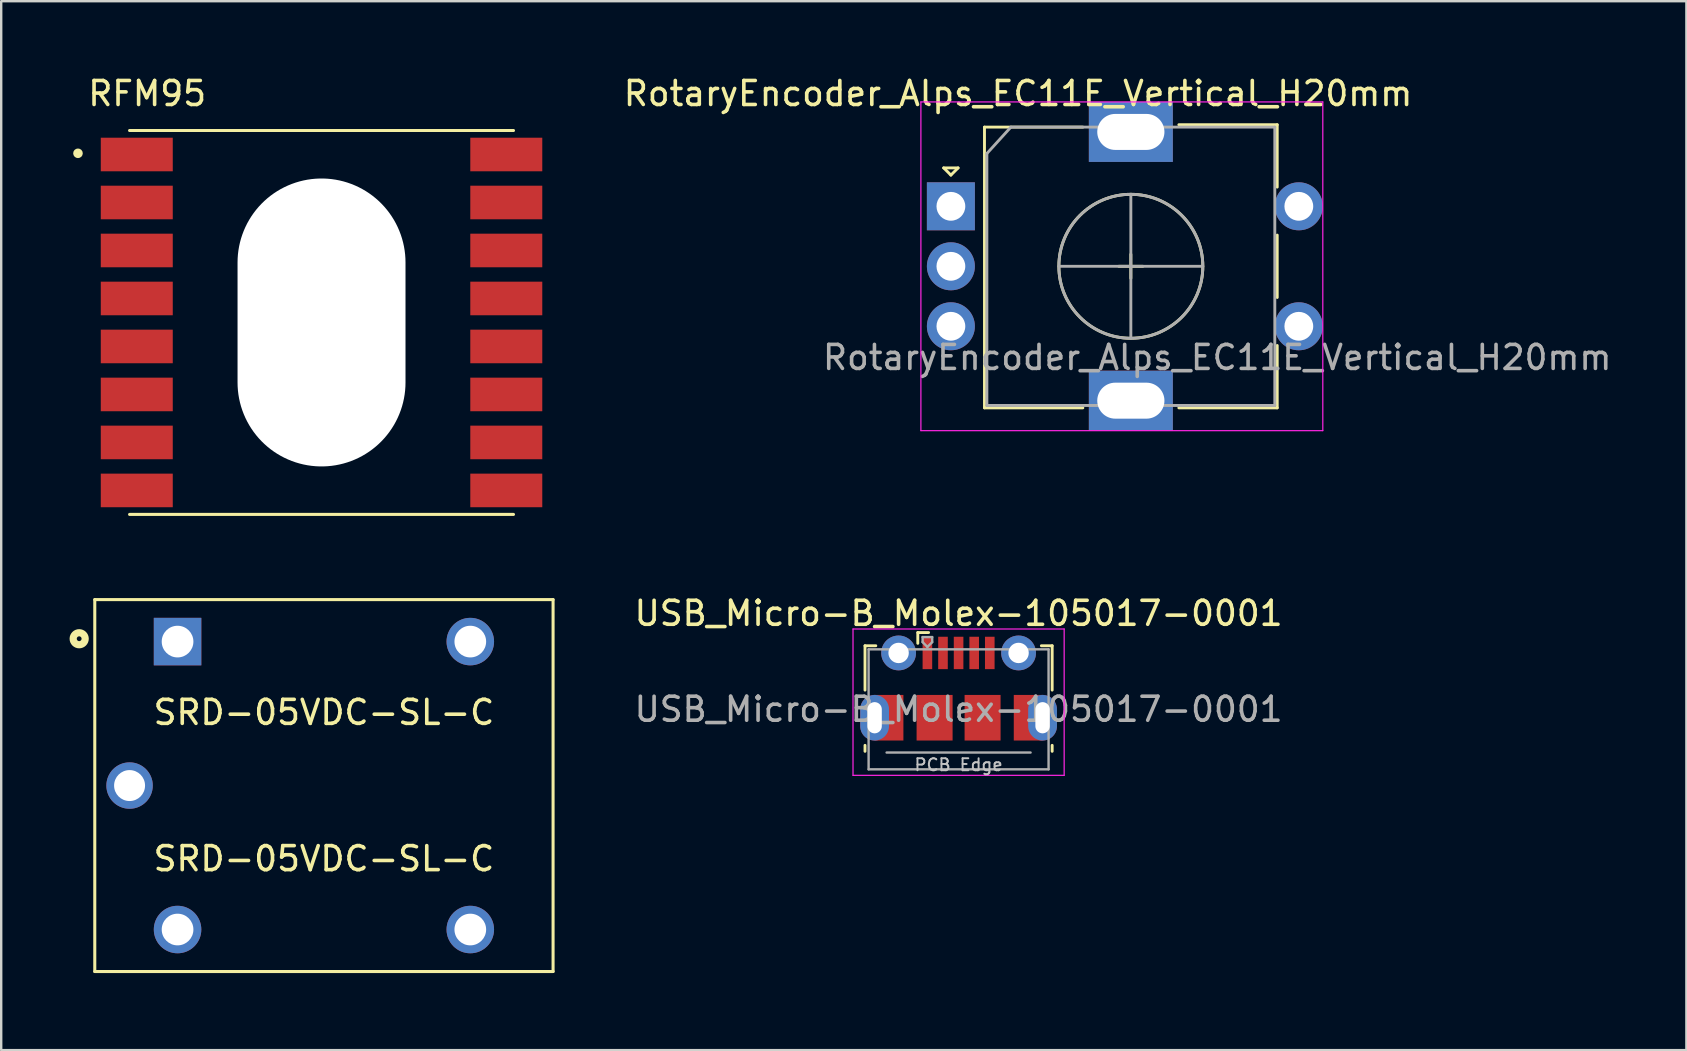
<source format=kicad_pcb>
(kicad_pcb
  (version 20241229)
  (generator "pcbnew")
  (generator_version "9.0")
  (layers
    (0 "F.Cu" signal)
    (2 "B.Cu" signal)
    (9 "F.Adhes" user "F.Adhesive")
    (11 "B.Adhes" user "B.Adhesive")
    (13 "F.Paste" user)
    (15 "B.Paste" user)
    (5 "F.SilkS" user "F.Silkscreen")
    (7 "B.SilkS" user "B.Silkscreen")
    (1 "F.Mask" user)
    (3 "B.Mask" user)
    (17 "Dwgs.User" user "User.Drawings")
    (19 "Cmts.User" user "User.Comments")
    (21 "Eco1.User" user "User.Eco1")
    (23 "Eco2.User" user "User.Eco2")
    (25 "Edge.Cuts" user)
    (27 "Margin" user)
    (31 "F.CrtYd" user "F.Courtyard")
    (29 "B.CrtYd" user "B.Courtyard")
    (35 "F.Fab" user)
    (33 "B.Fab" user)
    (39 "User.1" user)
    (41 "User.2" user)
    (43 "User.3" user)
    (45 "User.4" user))
  (footprint "SRD-05VDC-SL-C"
    (layer "F.Cu")
    (at 10.45 29.689)
    (property "Reference" "SRD-05VDC-SL-C" (at 0 -3.048 0) (layer "F.SilkS") (effects (font (size 1 1) (thickness 0.15))))
    (attr through_hole)
    (fp_line (start -9.55 -7.75) (end 9.55 -7.75) (stroke (width 0.127) (type solid)) (layer "F.SilkS"))
    (fp_line (start -9.55 7.75) (end -9.55 -7.75) (stroke (width 0.127) (type solid)) (layer "F.SilkS"))
    (fp_line (start 9.55 -7.75) (end 9.55 7.75) (stroke (width 0.127) (type solid)) (layer "F.SilkS"))
    (fp_line (start 9.55 7.75) (end -9.55 7.75) (stroke (width 0.127) (type solid)) (layer "F.SilkS"))
    (fp_circle (center -10.2 -6.119) (end -10.1 -6.119) (stroke (width 0.3) (type solid)) (fill no) (layer "F.SilkS"))
    (fp_line (start -9.8 -8) (end 9.8 -8) (stroke (width 0.05) (type solid)) (layer "Eco1.User"))
    (fp_line (start -9.8 8) (end -9.8 -8) (stroke (width 0.05) (type solid)) (layer "Eco1.User"))
    (fp_line (start 9.8 -8) (end 9.8 8) (stroke (width 0.05) (type solid)) (layer "Eco1.User"))
    (fp_line (start 9.8 8) (end -9.8 8) (stroke (width 0.05) (type solid)) (layer "Eco1.User"))
    (fp_line (start -9.55 -7.75) (end 9.55 -7.75) (stroke (width 0.127) (type solid)) (layer "Eco2.User"))
    (fp_line (start -9.55 7.75) (end -9.55 -7.75) (stroke (width 0.127) (type solid)) (layer "Eco2.User"))
    (fp_line (start 9.55 -7.75) (end 9.55 7.75) (stroke (width 0.127) (type solid)) (layer "Eco2.User"))
    (fp_line (start 9.55 7.75) (end -9.55 7.75) (stroke (width 0.127) (type solid)) (layer "Eco2.User"))
    (fp_text user "SRD-05VDC-SL-C" (at 0 3.048 0) (layer "F.SilkS") (effects (font (size 1 1) (thickness 0.15))))
    (pad "A1" thru_hole rect (at -6.1 -6) (size 1.98 1.98) (drill 1.32) (layers "*.Cu" "*.Mask"))
    (pad "A2" thru_hole circle (at -6.1 6) (size 1.98 1.98) (drill 1.32) (layers "*.Cu" "*.Mask"))
    (pad "COM" thru_hole circle (at -8.1 0) (size 1.935 1.935) (drill 1.29) (layers "*.Cu" "*.Mask"))
    (pad "NC" thru_hole circle (at 6.1 -6) (size 1.98 1.98) (drill 1.32) (layers "*.Cu" "*.Mask"))
    (pad "NO" thru_hole circle (at 6.1 6) (size 1.98 1.98) (drill 1.32) (layers "*.Cu" "*.Mask")))
  (footprint "RotaryEncoder_Alps_EC11E_Vertical_H20mm"
    (layer "F.Cu")
    (at 36.579 5.548)
    (property "Reference" "RotaryEncoder_Alps_EC11E_Vertical_H20mm" (at 2.8 -4.7 0) (layer "F.SilkS") (effects (font (size 1 1) (thickness 0.15))))
    (attr through_hole)
    (fp_line (start -0.3 -1.6) (end 0.3 -1.6) (stroke (width 0.12) (type solid)) (layer "F.SilkS"))
    (fp_line (start 0 -1.3) (end -0.3 -1.6) (stroke (width 0.12) (type solid)) (layer "F.SilkS"))
    (fp_line (start 0.3 -1.6) (end 0 -1.3) (stroke (width 0.12) (type solid)) (layer "F.SilkS"))
    (fp_line (start 1.4 -3.3) (end 1.4 8.4) (stroke (width 0.12) (type solid)) (layer "F.SilkS"))
    (fp_line (start 5.5 -3.3) (end 1.4 -3.3) (stroke (width 0.12) (type solid)) (layer "F.SilkS"))
    (fp_line (start 5.5 8.4) (end 1.4 8.4) (stroke (width 0.12) (type solid)) (layer "F.SilkS"))
    (fp_line (start 7 2.5) (end 8 2.5) (stroke (width 0.12) (type solid)) (layer "F.SilkS"))
    (fp_line (start 7.5 2) (end 7.5 3) (stroke (width 0.12) (type solid)) (layer "F.SilkS"))
    (fp_line (start 9.5 -3.4) (end 13.6 -3.4) (stroke (width 0.12) (type solid)) (layer "F.SilkS"))
    (fp_line (start 13.6 -3.4) (end 13.6 -0.8) (stroke (width 0.12) (type solid)) (layer "F.SilkS"))
    (fp_line (start 13.6 1.2) (end 13.6 3.8) (stroke (width 0.12) (type solid)) (layer "F.SilkS"))
    (fp_line (start 13.6 5.8) (end 13.6 8.4) (stroke (width 0.12) (type solid)) (layer "F.SilkS"))
    (fp_line (start 13.6 8.4) (end 9.5 8.4) (stroke (width 0.12) (type solid)) (layer "F.SilkS"))
    (fp_circle (center 7.5 2.5) (end 10.5 2.5) (stroke (width 0.12) (type solid)) (fill no) (layer "F.SilkS"))
    (fp_line (start -1.25 -4.35) (end -1.25 9.35) (stroke (width 0.05) (type solid)) (layer "F.CrtYd"))
    (fp_line (start -1.25 -4.35) (end 15.5 -4.35) (stroke (width 0.05) (type solid)) (layer "F.CrtYd"))
    (fp_line (start 15.5 9.35) (end -1.25 9.35) (stroke (width 0.05) (type solid)) (layer "F.CrtYd"))
    (fp_line (start 15.5 9.35) (end 15.5 -4.35) (stroke (width 0.05) (type solid)) (layer "F.CrtYd"))
    (fp_line (start 1.5 -2.2) (end 2.5 -3.3) (stroke (width 0.12) (type solid)) (layer "F.Fab"))
    (fp_line (start 1.5 8.3) (end 1.5 -2.2) (stroke (width 0.12) (type solid)) (layer "F.Fab"))
    (fp_line (start 2.5 -3.3) (end 13.5 -3.3) (stroke (width 0.12) (type solid)) (layer "F.Fab"))
    (fp_line (start 4.5 2.5) (end 10.5 2.5) (stroke (width 0.12) (type solid)) (layer "F.Fab"))
    (fp_line (start 7.5 -0.5) (end 7.5 5.5) (stroke (width 0.12) (type solid)) (layer "F.Fab"))
    (fp_line (start 13.5 -3.3) (end 13.5 8.3) (stroke (width 0.12) (type solid)) (layer "F.Fab"))
    (fp_line (start 13.5 8.3) (end 1.5 8.3) (stroke (width 0.12) (type solid)) (layer "F.Fab"))
    (fp_circle (center 7.5 2.5) (end 10.5 2.5) (stroke (width 0.12) (type solid)) (fill no) (layer "F.Fab"))
    (fp_text user "${REFERENCE}" (at 11.1 6.3 0) (layer "F.Fab") (effects (font (size 1 1) (thickness 0.15))))
    (pad "A" thru_hole rect (at 0 0) (size 2 2) (drill 1.2) (layers "*.Cu" "*.Mask"))
    (pad "B" thru_hole circle (at 0 5) (size 2 2) (drill 1.2) (layers "*.Cu" "*.Mask"))
    (pad "C" thru_hole circle (at 0 2.5) (size 2 2) (drill 1.2) (layers "*.Cu" "*.Mask"))
    (pad "D" thru_hole circle (at 14.5 0) (size 2 2) (drill 1.2) (layers "*.Cu" "*.Mask"))
    (pad "E" thru_hole circle (at 14.5 5) (size 2 2) (drill 1.2) (layers "*.Cu" "*.Mask"))
    (pad "MP" thru_hole rect (at 7.5 -3.1) (size 3.5 2.5) (drill oval 2.8 1.5) (layers "*.Cu" "*.Mask"))
    (pad "MP" thru_hole rect (at 7.5 8.1) (size 3.5 2.5) (drill oval 2.8 1.5) (layers "*.Cu" "*.Mask")))
  (footprint "USB_Micro-B_Molex-105017-0001"
    (layer "F.Cu")
    (at 36.9 25.624)
    (property "Reference" "USB_Micro-B_Molex-105017-0001" (at 0 -3.112 0) (layer "F.SilkS") (effects (font (size 1 1) (thickness 0.15))))
    (attr smd)
    (fp_line (start -3.9 -1.762) (end -3.45 -1.762) (stroke (width 0.12) (type solid)) (layer "F.SilkS"))
    (fp_line (start -3.9 0.087) (end -3.9 -1.762) (stroke (width 0.12) (type solid)) (layer "F.SilkS"))
    (fp_line (start -3.9 2.638) (end -3.9 2.388) (stroke (width 0.12) (type solid)) (layer "F.SilkS"))
    (fp_line (start -1.7 -2.312) (end -1.7 -1.863) (stroke (width 0.12) (type solid)) (layer "F.SilkS"))
    (fp_line (start -1.7 -2.312) (end -1.25 -2.312) (stroke (width 0.12) (type solid)) (layer "F.SilkS"))
    (fp_line (start 3.9 -1.762) (end 3.45 -1.762) (stroke (width 0.12) (type solid)) (layer "F.SilkS"))
    (fp_line (start 3.9 0.087) (end 3.9 -1.762) (stroke (width 0.12) (type solid)) (layer "F.SilkS"))
    (fp_line (start 3.9 2.638) (end 3.9 2.388) (stroke (width 0.12) (type solid)) (layer "F.SilkS"))
    (fp_line (start -4.4 -2.46) (end 4.4 -2.46) (stroke (width 0.05) (type solid)) (layer "F.CrtYd"))
    (fp_line (start -4.4 3.64) (end -4.4 -2.46) (stroke (width 0.05) (type solid)) (layer "F.CrtYd"))
    (fp_line (start -4.4 3.64) (end 4.4 3.64) (stroke (width 0.05) (type solid)) (layer "F.CrtYd"))
    (fp_line (start 4.4 -2.46) (end 4.4 3.64) (stroke (width 0.05) (type solid)) (layer "F.CrtYd"))
    (fp_line (start -3.75 -1.613) (end 3.75 -1.613) (stroke (width 0.1) (type solid)) (layer "F.Fab"))
    (fp_line (start -3.75 3.388) (end -3.75 -1.613) (stroke (width 0.1) (type solid)) (layer "F.Fab"))
    (fp_line (start -3.75 3.389) (end 3.75 3.389) (stroke (width 0.1) (type solid)) (layer "F.Fab"))
    (fp_line (start -3 2.689) (end 3 2.689) (stroke (width 0.1) (type solid)) (layer "F.Fab"))
    (fp_line (start -1.5 -2.123) (end -1.5 -1.913) (stroke (width 0.1) (type solid)) (layer "F.Fab"))
    (fp_line (start -1.5 -2.123) (end -1.1 -2.123) (stroke (width 0.1) (type solid)) (layer "F.Fab"))
    (fp_line (start -1.3 -1.712) (end -1.5 -1.913) (stroke (width 0.1) (type solid)) (layer "F.Fab"))
    (fp_line (start -1.1 -2.123) (end -1.1 -1.913) (stroke (width 0.1) (type solid)) (layer "F.Fab"))
    (fp_line (start -1.1 -1.913) (end -1.3 -1.712) (stroke (width 0.1) (type solid)) (layer "F.Fab"))
    (fp_line (start 3.75 3.388) (end 3.75 -1.613) (stroke (width 0.1) (type solid)) (layer "F.Fab"))
    (fp_text user "PCB Edge" (at 0 3.2 0) (layer "Dwgs.User") (effects (font (size 0.5 0.5) (thickness 0.08))))
    (fp_text user "${REFERENCE}" (at 0 0.887 0) (layer "F.Fab") (effects (font (size 1 1) (thickness 0.15))))
    (pad "1" smd rect (at -1.3 -1.462) (size 0.4 1.35) (layers "F.Cu" "F.Mask" "F.Paste"))
    (pad "2" smd rect (at -0.65 -1.462) (size 0.4 1.35) (layers "F.Cu" "F.Mask" "F.Paste"))
    (pad "3" smd rect (at 0 -1.462) (size 0.4 1.35) (layers "F.Cu" "F.Mask" "F.Paste"))
    (pad "4" smd rect (at 0.65 -1.462) (size 0.4 1.35) (layers "F.Cu" "F.Mask" "F.Paste"))
    (pad "5" smd rect (at 1.3 -1.462) (size 0.4 1.35) (layers "F.Cu" "F.Mask" "F.Paste"))
    (pad "6" thru_hole oval (at -3.5 1.238 180) (size 1.2 1.9) (drill oval 0.6 1.3) (layers "*.Cu" "*.Mask"))
    (pad "6" smd rect (at -2.9 1.238) (size 1.2 1.9) (layers "F.Cu" "F.Mask"))
    (pad "6" smd rect (at -1 1.238) (size 1.5 1.9) (layers "F.Cu" "F.Mask" "F.Paste"))
    (pad "7" smd rect (at 1 1.238) (size 1.5 1.9) (layers "F.Cu" "F.Mask" "F.Paste"))
    (pad "7" smd rect (at 2.9 1.238) (size 1.2 1.9) (layers "F.Cu" "F.Mask"))
    (pad "7" thru_hole oval (at 3.5 1.238) (size 1.2 1.9) (drill oval 0.6 1.3) (layers "*.Cu" "*.Mask"))
    (pad "8" thru_hole circle (at -2.5 -1.462) (size 1.45 1.45) (drill 0.85) (layers "*.Cu" "*.Mask"))
    (pad "9" thru_hole circle (at 2.5 -1.462) (size 1.45 1.45) (drill 0.85) (layers "*.Cu" "*.Mask")))
  (footprint "RFM95"
    (layer "F.Cu")
    (at 10.35 10.389)
    (property "Reference" "RFM95" (at -7.266 -9.54 0) (layer "F.SilkS") (effects (font (size 1 1) (thickness 0.15))))
    (attr smd)
    (fp_line (start -8 -8) (end 8 -8) (stroke (width 0.127) (type solid)) (layer "F.SilkS"))
    (fp_line (start -8 8) (end 8 8) (stroke (width 0.127) (type solid)) (layer "F.SilkS"))
    (fp_circle (center -10.15 -7.05) (end -10.05 -7.05) (stroke (width 0.2) (type solid)) (fill no) (layer "F.SilkS"))
    (fp_line (start -9.45 -7.95) (end -8.25 -7.95) (stroke (width 0.05) (type solid)) (layer "Eco1.User"))
    (fp_line (start -9.45 7.95) (end -9.45 -7.95) (stroke (width 0.05) (type solid)) (layer "Eco1.User"))
    (fp_line (start -8.25 -8.25) (end 8.25 -8.25) (stroke (width 0.05) (type solid)) (layer "Eco1.User"))
    (fp_line (start -8.25 -7.95) (end -8.25 -8.25) (stroke (width 0.05) (type solid)) (layer "Eco1.User"))
    (fp_line (start -8.25 7.95) (end -9.45 7.95) (stroke (width 0.05) (type solid)) (layer "Eco1.User"))
    (fp_line (start -8.25 8.25) (end -8.25 7.95) (stroke (width 0.05) (type solid)) (layer "Eco1.User"))
    (fp_line (start 8.25 -8.25) (end 8.25 -7.95) (stroke (width 0.05) (type solid)) (layer "Eco1.User"))
    (fp_line (start 8.25 -7.95) (end 9.45 -7.95) (stroke (width 0.05) (type solid)) (layer "Eco1.User"))
    (fp_line (start 8.25 7.95) (end 8.25 8.25) (stroke (width 0.05) (type solid)) (layer "Eco1.User"))
    (fp_line (start 8.25 8.25) (end -8.25 8.25) (stroke (width 0.05) (type solid)) (layer "Eco1.User"))
    (fp_line (start 9.45 -7.95) (end 9.45 7.95) (stroke (width 0.05) (type solid)) (layer "Eco1.User"))
    (fp_line (start 9.45 7.95) (end 8.25 7.95) (stroke (width 0.05) (type solid)) (layer "Eco1.User"))
    (fp_line (start -8 -8) (end 8 -8) (stroke (width 0.127) (type solid)) (layer "Eco2.User"))
    (fp_line (start -8 8) (end -8 -8) (stroke (width 0.127) (type solid)) (layer "Eco2.User"))
    (fp_line (start 8 -8) (end 8 8) (stroke (width 0.127) (type solid)) (layer "Eco2.User"))
    (fp_line (start 8 8) (end -8 8) (stroke (width 0.127) (type solid)) (layer "Eco2.User"))
    (fp_circle (center -10.15 -7.05) (end -10.05 -7.05) (stroke (width 0.2) (type solid)) (fill no) (layer "Eco2.User"))
    (pad "" np_thru_hole oval (at 0 0) (size 7 12) (drill oval 7 12) (layers "*.Cu" "*.Mask"))
    (pad "1" smd rect (at -7.7 -7) (size 3 1.4) (layers "F.Cu" "F.Mask" "F.Paste"))
    (pad "2" smd rect (at -7.7 -5) (size 3 1.4) (layers "F.Cu" "F.Mask" "F.Paste"))
    (pad "3" smd rect (at -7.7 -3) (size 3 1.4) (layers "F.Cu" "F.Mask" "F.Paste"))
    (pad "4" smd rect (at -7.7 -1) (size 3 1.4) (layers "F.Cu" "F.Mask" "F.Paste"))
    (pad "5" smd rect (at -7.7 1) (size 3 1.4) (layers "F.Cu" "F.Mask" "F.Paste"))
    (pad "6" smd rect (at -7.7 3) (size 3 1.4) (layers "F.Cu" "F.Mask" "F.Paste"))
    (pad "7" smd rect (at -7.7 5) (size 3 1.4) (layers "F.Cu" "F.Mask" "F.Paste"))
    (pad "8" smd rect (at -7.7 7) (size 3 1.4) (layers "F.Cu" "F.Mask" "F.Paste"))
    (pad "9" smd rect (at 7.7 7) (size 3 1.4) (layers "F.Cu" "F.Mask" "F.Paste"))
    (pad "10" smd rect (at 7.7 5) (size 3 1.4) (layers "F.Cu" "F.Mask" "F.Paste"))
    (pad "11" smd rect (at 7.7 3) (size 3 1.4) (layers "F.Cu" "F.Mask" "F.Paste"))
    (pad "12" smd rect (at 7.7 1) (size 3 1.4) (layers "F.Cu" "F.Mask" "F.Paste"))
    (pad "13" smd rect (at 7.7 -1) (size 3 1.4) (layers "F.Cu" "F.Mask" "F.Paste"))
    (pad "14" smd rect (at 7.7 -3) (size 3 1.4) (layers "F.Cu" "F.Mask" "F.Paste"))
    (pad "15" smd rect (at 7.7 -5) (size 3 1.4) (layers "F.Cu" "F.Mask" "F.Paste"))
    (pad "16" smd rect (at 7.7 -7) (size 3 1.4) (layers "F.Cu" "F.Mask" "F.Paste")))
  (gr_rect
    (start -3 -3)
    (end 67.232 40.714)
    (stroke (width 0.1) (type default))
    (fill no)
    (layer "Edge.Cuts")))
</source>
